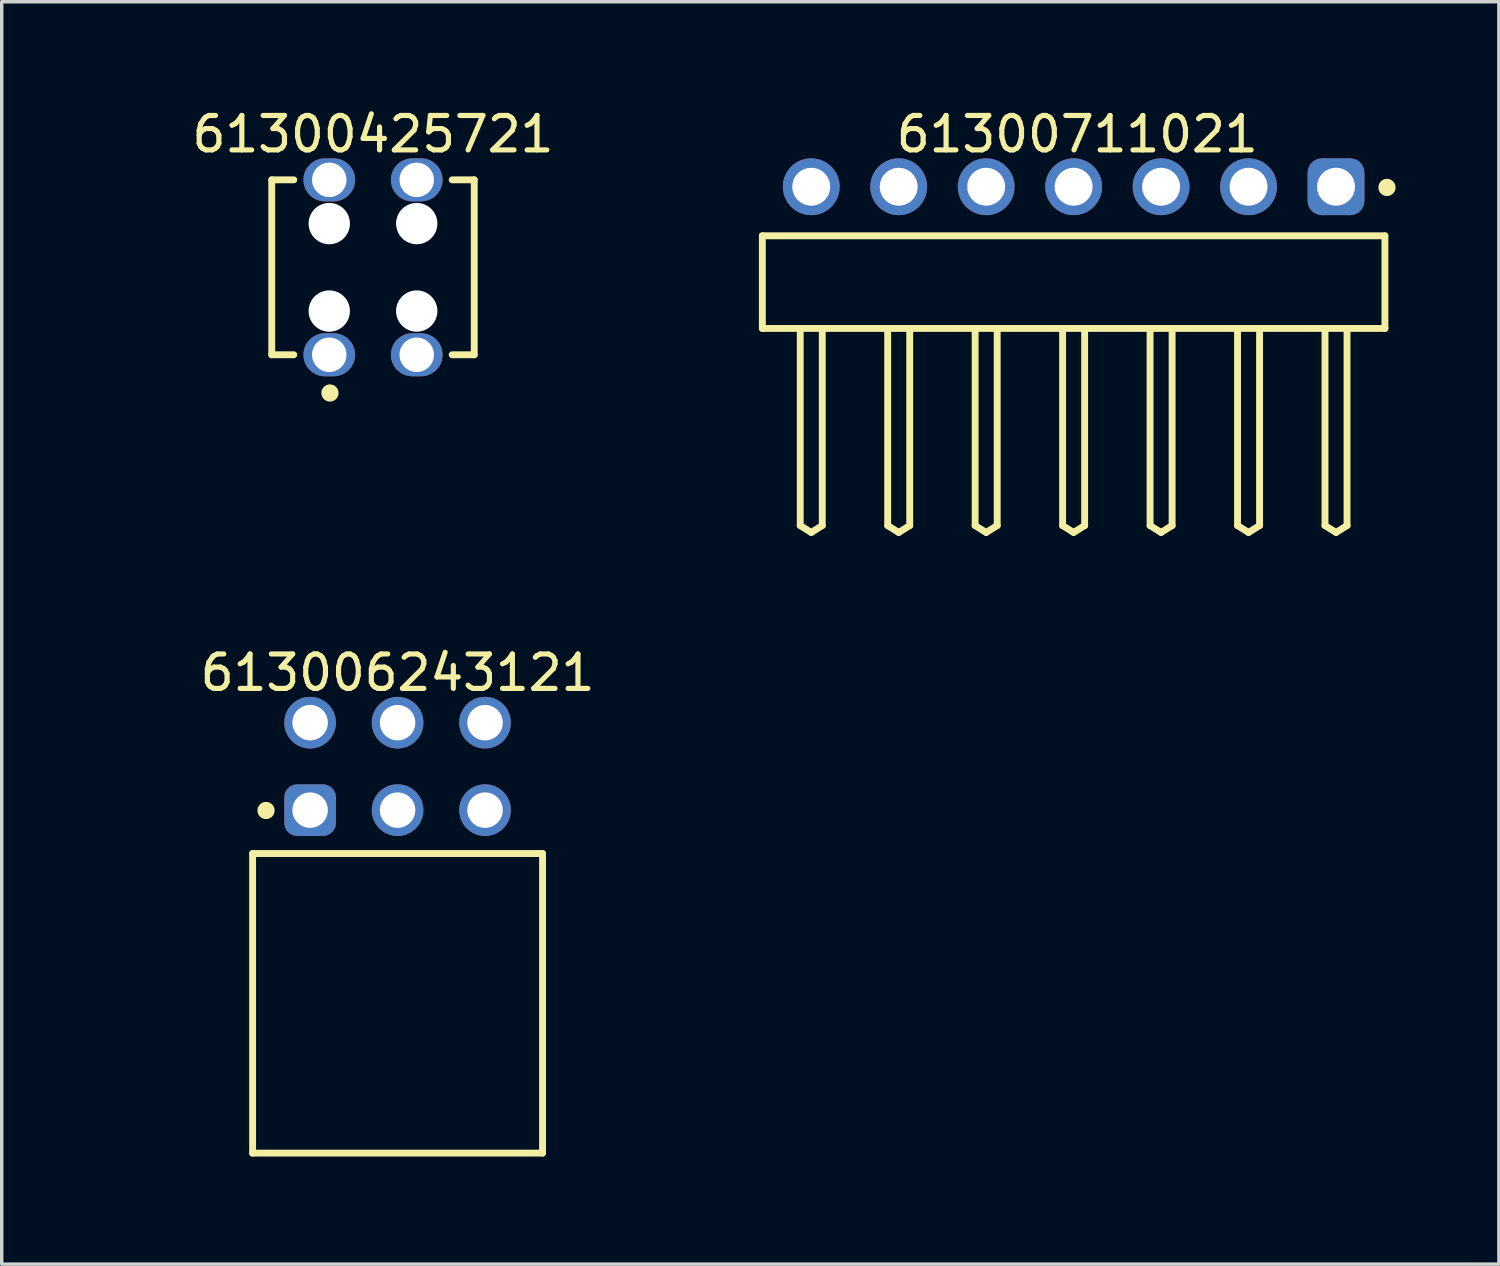
<source format=kicad_pcb>
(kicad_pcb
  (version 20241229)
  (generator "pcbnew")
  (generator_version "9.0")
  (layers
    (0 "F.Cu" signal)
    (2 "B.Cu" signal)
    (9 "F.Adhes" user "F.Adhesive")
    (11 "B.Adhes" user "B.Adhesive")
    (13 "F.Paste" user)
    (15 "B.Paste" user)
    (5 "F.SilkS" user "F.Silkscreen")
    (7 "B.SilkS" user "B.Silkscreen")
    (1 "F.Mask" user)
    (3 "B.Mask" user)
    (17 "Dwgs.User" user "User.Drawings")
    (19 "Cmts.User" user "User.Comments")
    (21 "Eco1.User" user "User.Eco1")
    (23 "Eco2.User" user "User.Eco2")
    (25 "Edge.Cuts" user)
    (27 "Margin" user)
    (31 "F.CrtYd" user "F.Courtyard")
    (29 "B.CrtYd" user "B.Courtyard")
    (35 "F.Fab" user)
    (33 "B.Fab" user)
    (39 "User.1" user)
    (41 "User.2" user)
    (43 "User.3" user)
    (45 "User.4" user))
  (footprint "61300711021"
    (layer "F.Cu")
    (at 28.129 5.143)
    (property "Reference" "61300711021" (at 0.105 -4.295 0) (layer "F.SilkS") (effects (font (size 1 1) (thickness 0.15))))
    (fp_line (start -9.04 -1.345) (end 9.04 -1.345) (stroke (width 0.2) (type solid)) (layer "F.SilkS"))
    (fp_line (start -9.04 1.345) (end -9.04 -1.345) (stroke (width 0.2) (type solid)) (layer "F.SilkS"))
    (fp_line (start -9.04 1.345) (end 9.04 1.345) (stroke (width 0.2) (type solid)) (layer "F.SilkS"))
    (fp_line (start -7.94 7.07) (end -7.94 1.345) (stroke (width 0.2) (type solid)) (layer "F.SilkS"))
    (fp_line (start -7.94 7.07) (end -7.62 7.27) (stroke (width 0.2) (type solid)) (layer "F.SilkS"))
    (fp_line (start -7.62 7.27) (end -7.3 7.07) (stroke (width 0.2) (type solid)) (layer "F.SilkS"))
    (fp_line (start -7.3 7.07) (end -7.3 1.345) (stroke (width 0.2) (type solid)) (layer "F.SilkS"))
    (fp_line (start -5.4 7.07) (end -5.4 1.345) (stroke (width 0.2) (type solid)) (layer "F.SilkS"))
    (fp_line (start -5.4 7.07) (end -5.08 7.27) (stroke (width 0.2) (type solid)) (layer "F.SilkS"))
    (fp_line (start -5.08 7.27) (end -4.76 7.07) (stroke (width 0.2) (type solid)) (layer "F.SilkS"))
    (fp_line (start -4.76 7.07) (end -4.76 1.345) (stroke (width 0.2) (type solid)) (layer "F.SilkS"))
    (fp_line (start -2.86 7.07) (end -2.86 1.345) (stroke (width 0.2) (type solid)) (layer "F.SilkS"))
    (fp_line (start -2.86 7.07) (end -2.54 7.27) (stroke (width 0.2) (type solid)) (layer "F.SilkS"))
    (fp_line (start -2.54 7.27) (end -2.22 7.07) (stroke (width 0.2) (type solid)) (layer "F.SilkS"))
    (fp_line (start -2.22 7.07) (end -2.22 1.345) (stroke (width 0.2) (type solid)) (layer "F.SilkS"))
    (fp_line (start -0.32 7.07) (end -0.32 1.345) (stroke (width 0.2) (type solid)) (layer "F.SilkS"))
    (fp_line (start -0.32 7.07) (end 0 7.27) (stroke (width 0.2) (type solid)) (layer "F.SilkS"))
    (fp_line (start 0 7.27) (end 0.32 7.07) (stroke (width 0.2) (type solid)) (layer "F.SilkS"))
    (fp_line (start 0.32 7.07) (end 0.32 1.345) (stroke (width 0.2) (type solid)) (layer "F.SilkS"))
    (fp_line (start 2.22 7.07) (end 2.22 1.345) (stroke (width 0.2) (type solid)) (layer "F.SilkS"))
    (fp_line (start 2.22 7.07) (end 2.54 7.27) (stroke (width 0.2) (type solid)) (layer "F.SilkS"))
    (fp_line (start 2.54 7.27) (end 2.86 7.07) (stroke (width 0.2) (type solid)) (layer "F.SilkS"))
    (fp_line (start 2.86 7.07) (end 2.86 1.345) (stroke (width 0.2) (type solid)) (layer "F.SilkS"))
    (fp_line (start 4.76 7.07) (end 4.76 1.345) (stroke (width 0.2) (type solid)) (layer "F.SilkS"))
    (fp_line (start 4.76 7.07) (end 5.08 7.27) (stroke (width 0.2) (type solid)) (layer "F.SilkS"))
    (fp_line (start 5.08 7.27) (end 5.4 7.07) (stroke (width 0.2) (type solid)) (layer "F.SilkS"))
    (fp_line (start 5.4 7.07) (end 5.4 1.345) (stroke (width 0.2) (type solid)) (layer "F.SilkS"))
    (fp_line (start 7.3 7.07) (end 7.3 1.345) (stroke (width 0.2) (type solid)) (layer "F.SilkS"))
    (fp_line (start 7.3 7.07) (end 7.62 7.27) (stroke (width 0.2) (type solid)) (layer "F.SilkS"))
    (fp_line (start 7.62 7.27) (end 7.94 7.07) (stroke (width 0.2) (type solid)) (layer "F.SilkS"))
    (fp_line (start 7.94 7.07) (end 7.94 1.345) (stroke (width 0.2) (type solid)) (layer "F.SilkS"))
    (fp_line (start 9.04 1.345) (end 9.04 -1.345) (stroke (width 0.2) (type solid)) (layer "F.SilkS"))
    (fp_circle (center 9.1 -2.75) (end 9.1 -2.875) (stroke (width 0.25) (type solid)) (fill no) (layer "F.SilkS"))
    (fp_line (start -9.24 -3.795) (end 9.24 -3.795) (stroke (width 0.05) (type solid)) (layer "Eco2.User"))
    (fp_line (start -9.24 7.47) (end -9.24 -3.795) (stroke (width 0.05) (type solid)) (layer "Eco2.User"))
    (fp_line (start -9.24 7.47) (end 9.24 7.47) (stroke (width 0.05) (type solid)) (layer "Eco2.User"))
    (fp_line (start -8.89 -1.27) (end 8.89 -1.27) (stroke (width 0.1) (type solid)) (layer "Eco2.User"))
    (fp_line (start -8.89 1.27) (end -8.89 -1.27) (stroke (width 0.1) (type solid)) (layer "Eco2.User"))
    (fp_line (start -8.89 1.27) (end 8.89 1.27) (stroke (width 0.1) (type solid)) (layer "Eco2.User"))
    (fp_line (start -7.94 -3.09) (end -7.3 -3.09) (stroke (width 0.1) (type solid)) (layer "Eco2.User"))
    (fp_line (start -7.94 -1.27) (end -7.94 -3.09) (stroke (width 0.1) (type solid)) (layer "Eco2.User"))
    (fp_line (start -7.94 7.07) (end -7.94 1.27) (stroke (width 0.1) (type solid)) (layer "Eco2.User"))
    (fp_line (start -7.94 7.07) (end -7.62 7.27) (stroke (width 0.1) (type solid)) (layer "Eco2.User"))
    (fp_line (start -7.62 7.27) (end -7.3 7.07) (stroke (width 0.1) (type solid)) (layer "Eco2.User"))
    (fp_line (start -7.3 -1.27) (end -7.3 -3.09) (stroke (width 0.1) (type solid)) (layer "Eco2.User"))
    (fp_line (start -7.3 7.07) (end -7.3 1.27) (stroke (width 0.1) (type solid)) (layer "Eco2.User"))
    (fp_line (start -5.4 -3.09) (end -4.76 -3.09) (stroke (width 0.1) (type solid)) (layer "Eco2.User"))
    (fp_line (start -5.4 -1.27) (end -5.4 -3.09) (stroke (width 0.1) (type solid)) (layer "Eco2.User"))
    (fp_line (start -5.4 7.07) (end -5.4 1.27) (stroke (width 0.1) (type solid)) (layer "Eco2.User"))
    (fp_line (start -5.4 7.07) (end -5.08 7.27) (stroke (width 0.1) (type solid)) (layer "Eco2.User"))
    (fp_line (start -5.08 7.27) (end -4.76 7.07) (stroke (width 0.1) (type solid)) (layer "Eco2.User"))
    (fp_line (start -4.76 -1.27) (end -4.76 -3.09) (stroke (width 0.1) (type solid)) (layer "Eco2.User"))
    (fp_line (start -4.76 7.07) (end -4.76 1.27) (stroke (width 0.1) (type solid)) (layer "Eco2.User"))
    (fp_line (start -2.86 -3.09) (end -2.22 -3.09) (stroke (width 0.1) (type solid)) (layer "Eco2.User"))
    (fp_line (start -2.86 -1.27) (end -2.86 -3.09) (stroke (width 0.1) (type solid)) (layer "Eco2.User"))
    (fp_line (start -2.86 7.07) (end -2.86 1.27) (stroke (width 0.1) (type solid)) (layer "Eco2.User"))
    (fp_line (start -2.86 7.07) (end -2.54 7.27) (stroke (width 0.1) (type solid)) (layer "Eco2.User"))
    (fp_line (start -2.54 7.27) (end -2.22 7.07) (stroke (width 0.1) (type solid)) (layer "Eco2.User"))
    (fp_line (start -2.22 -1.27) (end -2.22 -3.09) (stroke (width 0.1) (type solid)) (layer "Eco2.User"))
    (fp_line (start -2.22 7.07) (end -2.22 1.27) (stroke (width 0.1) (type solid)) (layer "Eco2.User"))
    (fp_line (start -0.5 0) (end 0.5 0) (stroke (width 0.05) (type solid)) (layer "Eco2.User"))
    (fp_line (start -0.32 -3.09) (end 0.32 -3.09) (stroke (width 0.1) (type solid)) (layer "Eco2.User"))
    (fp_line (start -0.32 -1.27) (end -0.32 -3.09) (stroke (width 0.1) (type solid)) (layer "Eco2.User"))
    (fp_line (start -0.32 7.07) (end -0.32 1.27) (stroke (width 0.1) (type solid)) (layer "Eco2.User"))
    (fp_line (start -0.32 7.07) (end 0 7.27) (stroke (width 0.1) (type solid)) (layer "Eco2.User"))
    (fp_line (start 0 0.5) (end 0 -0.5) (stroke (width 0.05) (type solid)) (layer "Eco2.User"))
    (fp_line (start 0 7.27) (end 0.32 7.07) (stroke (width 0.1) (type solid)) (layer "Eco2.User"))
    (fp_line (start 0.32 -1.27) (end 0.32 -3.09) (stroke (width 0.1) (type solid)) (layer "Eco2.User"))
    (fp_line (start 0.32 7.07) (end 0.32 1.27) (stroke (width 0.1) (type solid)) (layer "Eco2.User"))
    (fp_line (start 2.22 -3.09) (end 2.86 -3.09) (stroke (width 0.1) (type solid)) (layer "Eco2.User"))
    (fp_line (start 2.22 -1.27) (end 2.22 -3.09) (stroke (width 0.1) (type solid)) (layer "Eco2.User"))
    (fp_line (start 2.22 7.07) (end 2.22 1.27) (stroke (width 0.1) (type solid)) (layer "Eco2.User"))
    (fp_line (start 2.22 7.07) (end 2.54 7.27) (stroke (width 0.1) (type solid)) (layer "Eco2.User"))
    (fp_line (start 2.54 7.27) (end 2.86 7.07) (stroke (width 0.1) (type solid)) (layer "Eco2.User"))
    (fp_line (start 2.86 -1.27) (end 2.86 -3.09) (stroke (width 0.1) (type solid)) (layer "Eco2.User"))
    (fp_line (start 2.86 7.07) (end 2.86 1.27) (stroke (width 0.1) (type solid)) (layer "Eco2.User"))
    (fp_line (start 4.76 -3.09) (end 5.4 -3.09) (stroke (width 0.1) (type solid)) (layer "Eco2.User"))
    (fp_line (start 4.76 -1.27) (end 4.76 -3.09) (stroke (width 0.1) (type solid)) (layer "Eco2.User"))
    (fp_line (start 4.76 7.07) (end 4.76 1.27) (stroke (width 0.1) (type solid)) (layer "Eco2.User"))
    (fp_line (start 4.76 7.07) (end 5.08 7.27) (stroke (width 0.1) (type solid)) (layer "Eco2.User"))
    (fp_line (start 5.08 7.27) (end 5.4 7.07) (stroke (width 0.1) (type solid)) (layer "Eco2.User"))
    (fp_line (start 5.4 -1.27) (end 5.4 -3.09) (stroke (width 0.1) (type solid)) (layer "Eco2.User"))
    (fp_line (start 5.4 7.07) (end 5.4 1.27) (stroke (width 0.1) (type solid)) (layer "Eco2.User"))
    (fp_line (start 7.3 -3.09) (end 7.94 -3.09) (stroke (width 0.1) (type solid)) (layer "Eco2.User"))
    (fp_line (start 7.3 -1.27) (end 7.3 -3.09) (stroke (width 0.1) (type solid)) (layer "Eco2.User"))
    (fp_line (start 7.3 7.07) (end 7.3 1.27) (stroke (width 0.1) (type solid)) (layer "Eco2.User"))
    (fp_line (start 7.3 7.07) (end 7.62 7.27) (stroke (width 0.1) (type solid)) (layer "Eco2.User"))
    (fp_line (start 7.62 7.27) (end 7.94 7.07) (stroke (width 0.1) (type solid)) (layer "Eco2.User"))
    (fp_line (start 7.94 -1.27) (end 7.94 -3.09) (stroke (width 0.1) (type solid)) (layer "Eco2.User"))
    (fp_line (start 7.94 7.07) (end 7.94 1.27) (stroke (width 0.1) (type solid)) (layer "Eco2.User"))
    (fp_line (start 8.89 1.27) (end 8.89 -1.27) (stroke (width 0.1) (type solid)) (layer "Eco2.User"))
    (fp_line (start 9.24 7.47) (end 9.24 -3.795) (stroke (width 0.05) (type solid)) (layer "Eco2.User"))
    (fp_text user "${REFERENCE}" (at 0.15 -0.197 0) (unlocked yes) (layer "User.3") (effects (font (size 1.5 1.5) (thickness 0.15))))
    (pad "1" thru_hole roundrect (at 7.62 -2.77) (size 1.65 1.65) (drill 1.1) (layers "*.Cu" "*.Mask") (roundrect_rratio 0.25))
    (pad "2" thru_hole circle (at 5.08 -2.77) (size 1.65 1.65) (drill 1.1) (layers "*.Cu" "*.Mask"))
    (pad "3" thru_hole circle (at 2.54 -2.77) (size 1.65 1.65) (drill 1.1) (layers "*.Cu" "*.Mask"))
    (pad "4" thru_hole circle (at 0 -2.77) (size 1.65 1.65) (drill 1.1) (layers "*.Cu" "*.Mask"))
    (pad "5" thru_hole circle (at -2.54 -2.77) (size 1.65 1.65) (drill 1.1) (layers "*.Cu" "*.Mask"))
    (pad "6" thru_hole circle (at -5.08 -2.77) (size 1.65 1.65) (drill 1.1) (layers "*.Cu" "*.Mask"))
    (pad "7" thru_hole circle (at -7.62 -2.77) (size 1.65 1.65) (drill 1.1) (layers "*.Cu" "*.Mask")))
  (footprint "613006243121"
    (layer "F.Cu")
    (at 8.496 26.087)
    (property "Reference" "613006243121" (at 0 -9.6 0) (layer "F.SilkS") (effects (font (size 1 1) (thickness 0.15))))
    (fp_line (start -4.21 -4.35) (end 4.21 -4.35) (stroke (width 0.2) (type solid)) (layer "F.SilkS"))
    (fp_line (start -4.21 4.35) (end -4.21 -4.35) (stroke (width 0.2) (type solid)) (layer "F.SilkS"))
    (fp_line (start -4.21 4.35) (end 4.21 4.35) (stroke (width 0.2) (type solid)) (layer "F.SilkS"))
    (fp_line (start 4.21 4.35) (end 4.21 -4.35) (stroke (width 0.2) (type solid)) (layer "F.SilkS"))
    (fp_circle (center -3.82 -5.6) (end -3.82 -5.725) (stroke (width 0.25) (type solid)) (fill no) (layer "F.SilkS"))
    (fp_line (start -4.41 -9.1) (end 4.41 -9.1) (stroke (width 0.05) (type solid)) (layer "Eco2.User"))
    (fp_line (start -4.41 4.55) (end -4.41 -9.1) (stroke (width 0.05) (type solid)) (layer "Eco2.User"))
    (fp_line (start -4.41 4.55) (end 4.41 4.55) (stroke (width 0.05) (type solid)) (layer "Eco2.User"))
    (fp_line (start -4.06 -4.25) (end 4.06 -4.25) (stroke (width 0.1) (type solid)) (layer "Eco2.User"))
    (fp_line (start -4.06 4.25) (end -4.06 -4.25) (stroke (width 0.1) (type solid)) (layer "Eco2.User"))
    (fp_line (start -4.06 4.25) (end 4.06 4.25) (stroke (width 0.1) (type solid)) (layer "Eco2.User"))
    (fp_line (start -2.91 -8.35) (end -2.17 -8.35) (stroke (width 0.1) (type solid)) (layer "Eco2.User"))
    (fp_line (start -2.91 -5.81) (end -2.17 -5.81) (stroke (width 0.1) (type solid)) (layer "Eco2.User"))
    (fp_line (start -2.91 -4.25) (end -2.91 -8.35) (stroke (width 0.1) (type solid)) (layer "Eco2.User"))
    (fp_line (start -2.17 -4.25) (end -2.17 -8.35) (stroke (width 0.1) (type solid)) (layer "Eco2.User"))
    (fp_line (start -0.5 0) (end 0.5 0) (stroke (width 0.05) (type solid)) (layer "Eco2.User"))
    (fp_line (start -0.37 -8.35) (end 0.37 -8.35) (stroke (width 0.1) (type solid)) (layer "Eco2.User"))
    (fp_line (start -0.37 -5.81) (end 0.37 -5.81) (stroke (width 0.1) (type solid)) (layer "Eco2.User"))
    (fp_line (start -0.37 -4.25) (end -0.37 -8.35) (stroke (width 0.1) (type solid)) (layer "Eco2.User"))
    (fp_line (start 0 0.5) (end 0 -0.5) (stroke (width 0.05) (type solid)) (layer "Eco2.User"))
    (fp_line (start 0.37 -4.25) (end 0.37 -8.35) (stroke (width 0.1) (type solid)) (layer "Eco2.User"))
    (fp_line (start 2.17 -8.35) (end 2.91 -8.35) (stroke (width 0.1) (type solid)) (layer "Eco2.User"))
    (fp_line (start 2.17 -5.81) (end 2.91 -5.81) (stroke (width 0.1) (type solid)) (layer "Eco2.User"))
    (fp_line (start 2.17 -4.25) (end 2.17 -8.35) (stroke (width 0.1) (type solid)) (layer "Eco2.User"))
    (fp_line (start 2.91 -4.25) (end 2.91 -8.35) (stroke (width 0.1) (type solid)) (layer "Eco2.User"))
    (fp_line (start 4.06 4.25) (end 4.06 -4.25) (stroke (width 0.1) (type solid)) (layer "Eco2.User"))
    (fp_line (start 4.41 4.55) (end 4.41 -9.1) (stroke (width 0.05) (type solid)) (layer "Eco2.User"))
    (fp_text user "${REFERENCE}" (at 0.15 -0.197 0) (unlocked yes) (layer "User.3") (effects (font (size 1.5 1.5) (thickness 0.15))))
    (pad "1" thru_hole roundrect (at -2.54 -5.61) (size 1.5 1.5) (drill 1.03) (layers "*.Cu" "*.Mask") (roundrect_rratio 0.25))
    (pad "2" thru_hole circle (at -2.54 -8.15) (size 1.5 1.5) (drill 1.03) (layers "*.Cu" "*.Mask"))
    (pad "3" thru_hole circle (at 0 -5.61) (size 1.5 1.5) (drill 1.03) (layers "*.Cu" "*.Mask"))
    (pad "4" thru_hole circle (at 0 -8.15) (size 1.5 1.5) (drill 1.03) (layers "*.Cu" "*.Mask"))
    (pad "5" thru_hole circle (at 2.54 -5.61) (size 1.5 1.5) (drill 1.03) (layers "*.Cu" "*.Mask"))
    (pad "6" thru_hole circle (at 2.54 -8.15) (size 1.5 1.5) (drill 1.03) (layers "*.Cu" "*.Mask")))
  (footprint "61300425721"
    (layer "F.Cu")
    (at 7.782 4.713)
    (property "Reference" "61300425721" (at 0 -3.865 0) (layer "F.SilkS") (effects (font (size 1 1) (thickness 0.15))))
    (fp_line (start -2.94 -2.54) (end -2.3 -2.54) (stroke (width 0.2) (type solid)) (layer "F.SilkS"))
    (fp_line (start -2.94 2.54) (end -2.94 -2.54) (stroke (width 0.2) (type solid)) (layer "F.SilkS"))
    (fp_line (start -2.94 2.54) (end -2.3 2.54) (stroke (width 0.2) (type solid)) (layer "F.SilkS"))
    (fp_line (start 2.3 -2.54) (end 2.94 -2.54) (stroke (width 0.2) (type solid)) (layer "F.SilkS"))
    (fp_line (start 2.3 2.54) (end 2.94 2.54) (stroke (width 0.2) (type solid)) (layer "F.SilkS"))
    (fp_line (start 2.94 2.54) (end 2.94 -2.54) (stroke (width 0.2) (type solid)) (layer "F.SilkS"))
    (fp_circle (center -1.25 3.65) (end -1.25 3.525) (stroke (width 0.25) (type solid)) (fill no) (layer "F.SilkS"))
    (fp_line (start -3.14 -3.365) (end 3.14 -3.365) (stroke (width 0.05) (type solid)) (layer "Eco2.User"))
    (fp_line (start -3.14 3.365) (end -3.14 -3.365) (stroke (width 0.05) (type solid)) (layer "Eco2.User"))
    (fp_line (start -3.14 3.365) (end 3.14 3.365) (stroke (width 0.05) (type solid)) (layer "Eco2.User"))
    (fp_line (start -2.84 -2.54) (end 2.84 -2.54) (stroke (width 0.1) (type solid)) (layer "Eco2.User"))
    (fp_line (start -2.84 2.54) (end -2.84 -2.54) (stroke (width 0.1) (type solid)) (layer "Eco2.User"))
    (fp_line (start -2.84 2.54) (end 2.84 2.54) (stroke (width 0.1) (type solid)) (layer "Eco2.User"))
    (fp_line (start -0.5 0) (end 0.5 0) (stroke (width 0.05) (type solid)) (layer "Eco2.User"))
    (fp_line (start 0 0.5) (end 0 -0.5) (stroke (width 0.05) (type solid)) (layer "Eco2.User"))
    (fp_line (start 2.84 2.54) (end 2.84 -2.54) (stroke (width 0.1) (type solid)) (layer "Eco2.User"))
    (fp_line (start 3.14 3.365) (end 3.14 -3.365) (stroke (width 0.05) (type solid)) (layer "Eco2.User"))
    (fp_text user "${REFERENCE}" (at 0.15 -0.197 0) (unlocked yes) (layer "User.3") (effects (font (size 1.5 1.5) (thickness 0.15))))
    (pad "" np_thru_hole circle (at -1.27 -1.27) (size 1.2 1.2) (drill 1.2) (layers "*.Cu" "*.Mask"))
    (pad "" np_thru_hole circle (at -1.27 1.27) (size 1.2 1.2) (drill 1.2) (layers "*.Cu" "*.Mask"))
    (pad "" np_thru_hole circle (at 1.27 -1.27) (size 1.2 1.2) (drill 1.2) (layers "*.Cu" "*.Mask"))
    (pad "" np_thru_hole circle (at 1.27 1.27) (size 1.2 1.2) (drill 1.2) (layers "*.Cu" "*.Mask"))
    (pad "1" thru_hole oval (at -1.27 2.54) (size 1.5 1.25) (drill 1) (layers "*.Cu" "*.Mask"))
    (pad "2" thru_hole oval (at -1.27 -2.54) (size 1.5 1.25) (drill 1) (layers "*.Cu" "*.Mask"))
    (pad "3" thru_hole oval (at 1.27 2.54) (size 1.5 1.25) (drill 1) (layers "*.Cu" "*.Mask"))
    (pad "4" thru_hole oval (at 1.27 -2.54) (size 1.5 1.25) (drill 1) (layers "*.Cu" "*.Mask")))
  (gr_rect
    (start -3 -3)
    (end 40.479 33.661)
    (stroke (width 0.1) (type default))
    (fill no)
    (layer "Edge.Cuts")))
</source>
